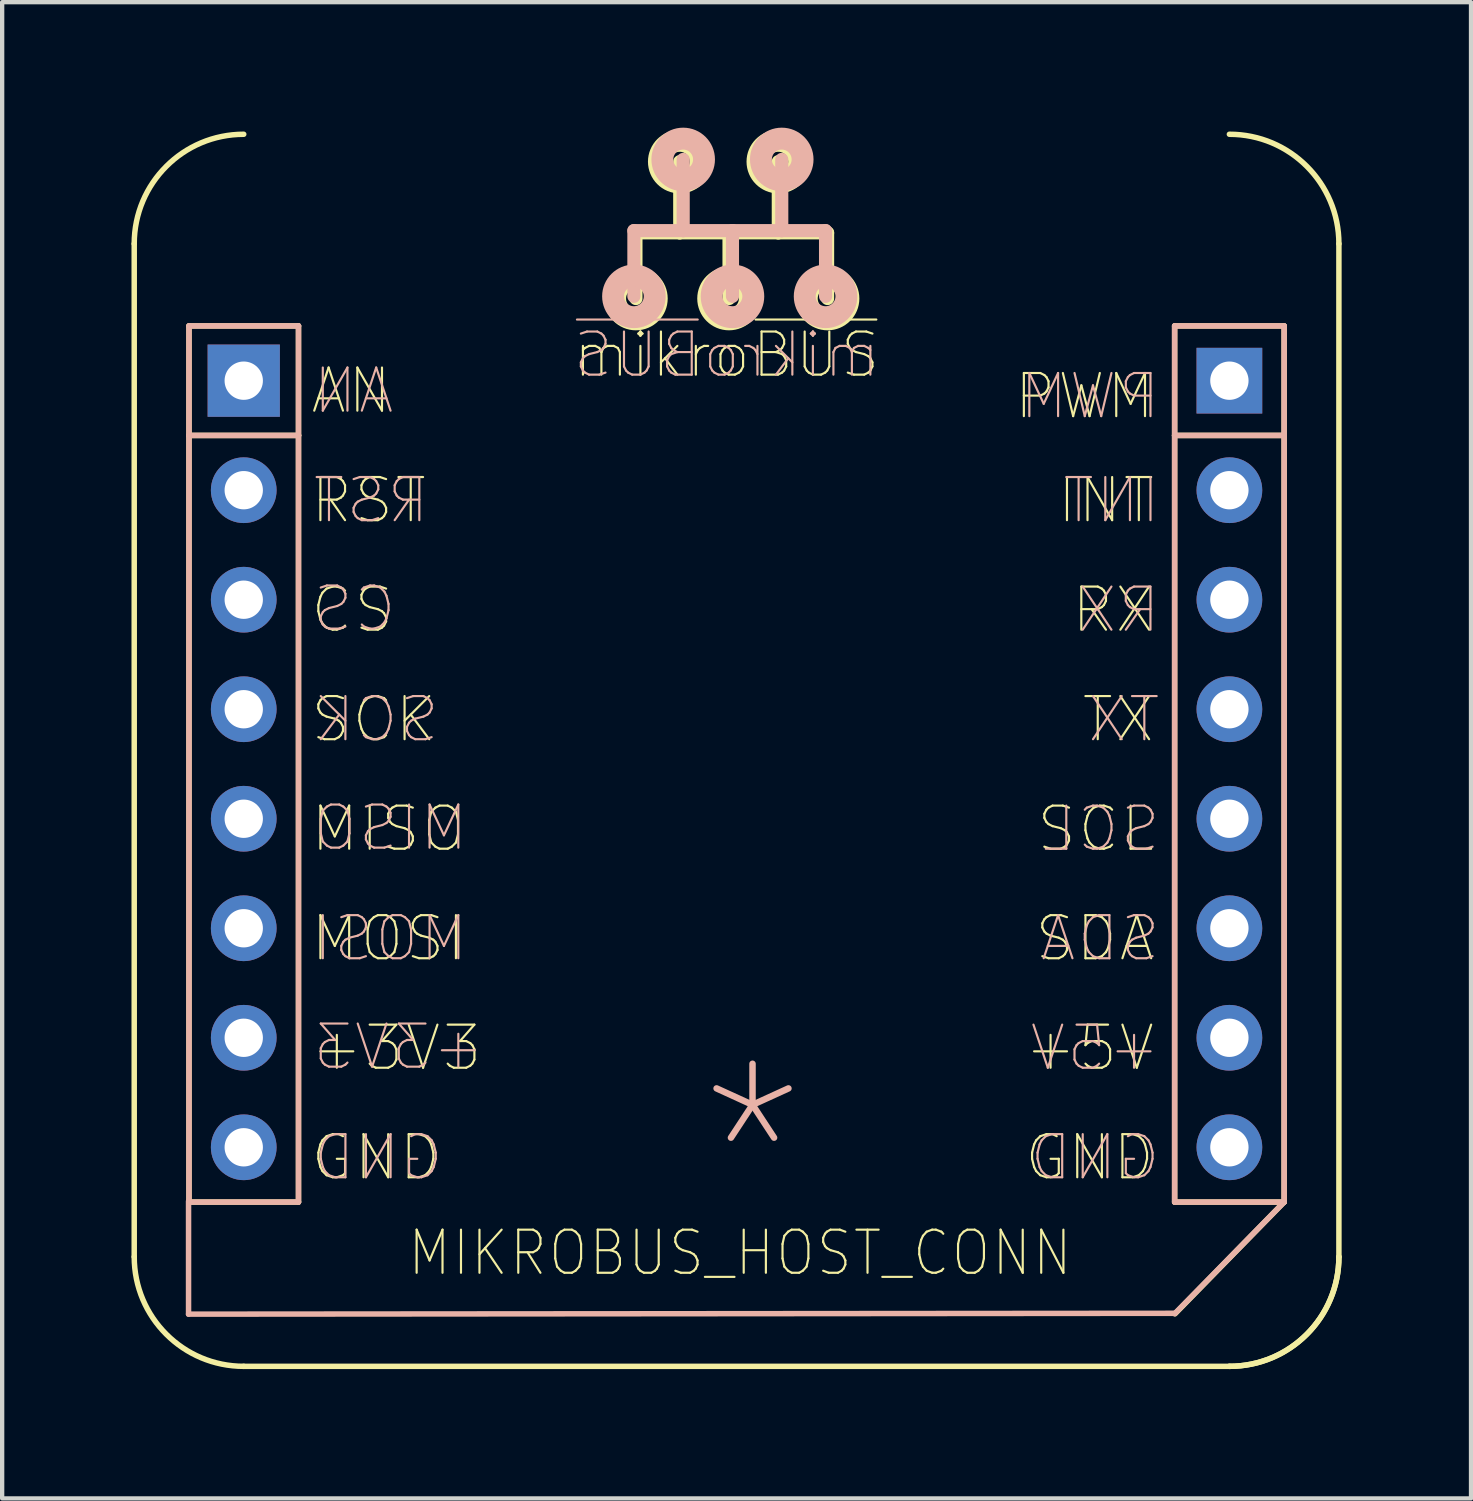
<source format=kicad_pcb>
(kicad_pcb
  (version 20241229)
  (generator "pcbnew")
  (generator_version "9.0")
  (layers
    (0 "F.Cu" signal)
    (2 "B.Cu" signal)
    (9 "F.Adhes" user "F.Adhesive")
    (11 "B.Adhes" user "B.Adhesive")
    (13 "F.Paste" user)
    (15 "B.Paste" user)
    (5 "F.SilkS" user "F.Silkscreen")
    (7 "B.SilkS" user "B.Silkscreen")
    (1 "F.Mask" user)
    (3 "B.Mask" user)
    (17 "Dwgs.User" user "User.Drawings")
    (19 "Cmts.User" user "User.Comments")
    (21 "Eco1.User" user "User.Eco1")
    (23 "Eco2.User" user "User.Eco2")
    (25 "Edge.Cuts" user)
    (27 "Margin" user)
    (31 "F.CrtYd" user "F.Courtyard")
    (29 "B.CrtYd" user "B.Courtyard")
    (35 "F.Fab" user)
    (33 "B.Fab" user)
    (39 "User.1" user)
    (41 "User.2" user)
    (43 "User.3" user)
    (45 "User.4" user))
  (footprint "MIKROBUS_HOST_CONN"
    (layer "F.Cu")
    (at 2.603 5.779)
    (property "Reference" "MIKROBUS_HOST_CONN" (at 11.51 20.23 0) (layer "F.SilkS") (effects (font (size 1 0.9) (thickness 0.05))))
    (attr through_hole)
    (fp_line (start -2.54 -3.175) (end -2.54 20.32) (stroke (width 0.127) (type solid)) (layer "F.SilkS"))
    (fp_line (start -1.27 -1.27) (end -1.27 1.27) (stroke (width 0.127) (type solid)) (layer "F.SilkS"))
    (fp_line (start -1.27 1.27) (end -1.27 19.05) (stroke (width 0.127) (type solid)) (layer "F.SilkS"))
    (fp_line (start -1.27 1.27) (end 1.27 1.27) (stroke (width 0.127) (type solid)) (layer "F.SilkS"))
    (fp_line (start -1.27 19.05) (end 1.27 19.05) (stroke (width 0.127) (type solid)) (layer "F.SilkS"))
    (fp_line (start 0 22.86) (end 22.86 22.86) (stroke (width 0.127) (type solid)) (layer "F.SilkS"))
    (fp_line (start 1.27 -1.27) (end -1.27 -1.27) (stroke (width 0.127) (type solid)) (layer "F.SilkS"))
    (fp_line (start 1.27 1.27) (end 1.27 -1.27) (stroke (width 0.127) (type solid)) (layer "F.SilkS"))
    (fp_line (start 1.27 19.05) (end 1.27 1.27) (stroke (width 0.127) (type solid)) (layer "F.SilkS"))
    (fp_line (start 9.096 -3.429) (end 9.096 -1.905) (stroke (width 0.305) (type solid)) (layer "F.SilkS"))
    (fp_line (start 9.096 -3.429) (end 10.112 -3.429) (stroke (width 0.305) (type solid)) (layer "F.SilkS"))
    (fp_line (start 10.112 -3.429) (end 10.112 -5.08) (stroke (width 0.305) (type solid)) (layer "F.SilkS"))
    (fp_line (start 10.112 -3.429) (end 11.255 -3.429) (stroke (width 0.305) (type solid)) (layer "F.SilkS"))
    (fp_line (start 11.255 -3.429) (end 11.255 -1.905) (stroke (width 0.305) (type solid)) (layer "F.SilkS"))
    (fp_line (start 11.255 -3.429) (end 12.398 -3.429) (stroke (width 0.305) (type solid)) (layer "F.SilkS"))
    (fp_line (start 12.398 -3.429) (end 12.398 -5.08) (stroke (width 0.305) (type solid)) (layer "F.SilkS"))
    (fp_line (start 12.398 -3.429) (end 13.541 -3.429) (stroke (width 0.305) (type solid)) (layer "F.SilkS"))
    (fp_line (start 13.541 -3.429) (end 13.541 -1.905) (stroke (width 0.305) (type solid)) (layer "F.SilkS"))
    (fp_line (start 21.59 -1.27) (end 21.59 1.27) (stroke (width 0.127) (type solid)) (layer "F.SilkS"))
    (fp_line (start 21.59 -1.27) (end 24.13 -1.27) (stroke (width 0.127) (type solid)) (layer "F.SilkS"))
    (fp_line (start 21.59 1.27) (end 21.59 19.05) (stroke (width 0.127) (type solid)) (layer "F.SilkS"))
    (fp_line (start 21.59 1.27) (end 24.13 1.27) (stroke (width 0.127) (type solid)) (layer "F.SilkS"))
    (fp_line (start 21.59 19.05) (end 24.13 19.05) (stroke (width 0.127) (type solid)) (layer "F.SilkS"))
    (fp_line (start 24.13 -1.27) (end 24.13 19.05) (stroke (width 0.127) (type solid)) (layer "F.SilkS"))
    (fp_line (start 24.13 19.05) (end 21.6 21.64) (stroke (width 0.127) (type solid)) (layer "F.SilkS"))
    (fp_line (start 25.4 -3.175) (end 25.4 20.32) (stroke (width 0.127) (type solid)) (layer "F.SilkS"))
    (fp_arc (start -2.54 -3.175) (mid -1.796051 -4.971051) (end 0 -5.715) (stroke (width 0.127) (type solid)) (layer "F.SilkS"))
    (fp_arc (start 0 22.86) (mid -1.796051 22.116051) (end -2.54 20.32) (stroke (width 0.127) (type solid)) (layer "F.SilkS"))
    (fp_arc (start 22.86 -5.715) (mid 24.656051 -4.971051) (end 25.4 -3.175) (stroke (width 0.127) (type solid)) (layer "F.SilkS"))
    (fp_arc (start 25.4 20.32) (mid 24.656051 22.116051) (end 22.86 22.86) (stroke (width 0.127) (type solid)) (layer "F.SilkS"))
    (fp_arc (start 25.4 20.32) (mid 24.656051 22.116051) (end 22.86 22.86) (stroke (width 0.127) (type solid)) (layer "F.SilkS"))
    (fp_circle (center 9.096 -1.905) (end 9.325 -1.905) (stroke (width 0.508) (type solid)) (fill no) (layer "F.SilkS"))
    (fp_circle (center 10.112 -5.08) (end 10.341 -5.08) (stroke (width 0.508) (type solid)) (fill no) (layer "F.SilkS"))
    (fp_circle (center 11.255 -1.905) (end 11.484 -1.905) (stroke (width 0.508) (type solid)) (fill no) (layer "F.SilkS"))
    (fp_circle (center 12.398 -5.08) (end 12.627 -5.08) (stroke (width 0.508) (type solid)) (fill no) (layer "F.SilkS"))
    (fp_circle (center 13.541 -1.905) (end 13.77 -1.905) (stroke (width 0.508) (type solid)) (fill no) (layer "F.SilkS"))
    (fp_line (start -1.28 19.03) (end -1.28 21.65) (stroke (width 0.127) (type solid)) (layer "B.SilkS"))
    (fp_line (start -1.28 21.65) (end 21.59 21.63) (stroke (width 0.127) (type solid)) (layer "B.SilkS"))
    (fp_line (start -1.27 -1.27) (end -1.27 1.27) (stroke (width 0.127) (type solid)) (layer "B.SilkS"))
    (fp_line (start -1.27 1.27) (end -1.27 19.05) (stroke (width 0.127) (type solid)) (layer "B.SilkS"))
    (fp_line (start -1.27 1.27) (end 1.27 1.27) (stroke (width 0.127) (type solid)) (layer "B.SilkS"))
    (fp_line (start -1.27 19.05) (end 1.27 19.05) (stroke (width 0.127) (type solid)) (layer "B.SilkS"))
    (fp_line (start 1.27 -1.27) (end -1.27 -1.27) (stroke (width 0.127) (type solid)) (layer "B.SilkS"))
    (fp_line (start 1.27 1.27) (end 1.27 -1.27) (stroke (width 0.127) (type solid)) (layer "B.SilkS"))
    (fp_line (start 1.27 19.05) (end 1.27 1.27) (stroke (width 0.127) (type solid)) (layer "B.SilkS"))
    (fp_line (start 9.049 -3.48) (end 9.049 -1.956) (stroke (width 0.305) (type solid)) (layer "B.SilkS"))
    (fp_line (start 10.192 -3.48) (end 9.049 -3.48) (stroke (width 0.305) (type solid)) (layer "B.SilkS"))
    (fp_line (start 10.192 -3.48) (end 10.192 -5.131) (stroke (width 0.305) (type solid)) (layer "B.SilkS"))
    (fp_line (start 11.335 -3.48) (end 10.192 -3.48) (stroke (width 0.305) (type solid)) (layer "B.SilkS"))
    (fp_line (start 11.335 -3.48) (end 11.335 -1.956) (stroke (width 0.305) (type solid)) (layer "B.SilkS"))
    (fp_line (start 12.478 -3.48) (end 11.335 -3.48) (stroke (width 0.305) (type solid)) (layer "B.SilkS"))
    (fp_line (start 12.478 -3.48) (end 12.478 -5.131) (stroke (width 0.305) (type solid)) (layer "B.SilkS"))
    (fp_line (start 13.494 -3.48) (end 12.478 -3.48) (stroke (width 0.305) (type solid)) (layer "B.SilkS"))
    (fp_line (start 13.494 -3.48) (end 13.494 -1.956) (stroke (width 0.305) (type solid)) (layer "B.SilkS"))
    (fp_line (start 21.59 -1.27) (end 21.59 1.27) (stroke (width 0.127) (type solid)) (layer "B.SilkS"))
    (fp_line (start 21.59 -1.27) (end 24.13 -1.27) (stroke (width 0.127) (type solid)) (layer "B.SilkS"))
    (fp_line (start 21.59 1.27) (end 21.59 19.05) (stroke (width 0.127) (type solid)) (layer "B.SilkS"))
    (fp_line (start 21.59 1.27) (end 24.13 1.27) (stroke (width 0.127) (type solid)) (layer "B.SilkS"))
    (fp_line (start 21.59 19.05) (end 24.13 19.05) (stroke (width 0.127) (type solid)) (layer "B.SilkS"))
    (fp_line (start 24.13 -1.27) (end 24.13 19.05) (stroke (width 0.127) (type solid)) (layer "B.SilkS"))
    (fp_line (start 24.13 19.05) (end 21.59 21.64) (stroke (width 0.127) (type solid)) (layer "B.SilkS"))
    (fp_circle (center 9.049 -1.956) (end 9.278 -1.956) (stroke (width 0.508) (type solid)) (fill no) (layer "B.SilkS"))
    (fp_circle (center 10.192 -5.131) (end 10.421 -5.131) (stroke (width 0.508) (type solid)) (fill no) (layer "B.SilkS"))
    (fp_circle (center 11.335 -1.956) (end 11.564 -1.956) (stroke (width 0.508) (type solid)) (fill no) (layer "B.SilkS"))
    (fp_circle (center 12.478 -5.131) (end 12.707 -5.131) (stroke (width 0.508) (type solid)) (fill no) (layer "B.SilkS"))
    (fp_circle (center 13.494 -1.956) (end 13.723 -1.956) (stroke (width 0.508) (type solid)) (fill no) (layer "B.SilkS"))
    (fp_text user "MOSI" (at 3.35 12.935 0) (layer "F.SilkS") (effects (font (size 1 1) (thickness 0.05))))
    (fp_text user "+3V3" (at 3.54 15.475 0) (layer "F.SilkS") (effects (font (size 1 1) (thickness 0.05))))
    (fp_text user "SCK" (at 3.016 7.855 0) (layer "F.SilkS") (effects (font (size 1 1) (thickness 0.05))))
    (fp_text user "PWM" (at 19.498 0.362 0) (layer "F.SilkS") (effects (font (size 1 1) (thickness 0.05))))
    (fp_text user "SDA" (at 19.736 12.935 0) (layer "F.SilkS") (effects (font (size 1 1) (thickness 0.05))))
    (fp_text user "RX" (at 20.164 5.315 0) (layer "F.SilkS") (effects (font (size 1 1) (thickness 0.05))))
    (fp_text user "TX" (at 20.283 7.855 0) (layer "F.SilkS") (effects (font (size 1 1) (thickness 0.05))))
    (fp_text user "SCL" (at 19.759 10.395 0) (layer "F.SilkS") (effects (font (size 1 1) (thickness 0.05))))
    (fp_text user "AN" (at 2.492 0.235 0) (layer "F.SilkS") (effects (font (size 1 1) (thickness 0.05))))
    (fp_text user "GND" (at 19.617 18.015 0) (layer "F.SilkS") (effects (font (size 1 1) (thickness 0.05))))
    (fp_text user "RST" (at 2.897 2.775 0) (layer "F.SilkS") (effects (font (size 1 1) (thickness 0.05))))
    (fp_text user "INT" (at 19.998 2.775 0) (layer "F.SilkS") (effects (font (size 1 1) (thickness 0.05))))
    (fp_text user "GND" (at 3.064 18.015 0) (layer "F.SilkS") (effects (font (size 1 1) (thickness 0.05))))
    (fp_text user "+5V" (at 19.617 15.475 0) (layer "F.SilkS") (effects (font (size 1 1) (thickness 0.05))))
    (fp_text user "CS" (at 2.516 5.315 0) (layer "F.SilkS") (effects (font (size 1 1) (thickness 0.05))))
    (fp_text user "mikro~{BUS}" (at 11.2 -0.6 0) (layer "F.SilkS") (effects (font (size 1 1) (thickness 0.05))))
    (fp_text user "MISO" (at 3.35 10.395 0) (layer "F.SilkS") (effects (font (size 1 1) (thickness 0.05))))
    (fp_text user "AN" (at 2.548 0.235 0) (layer "B.SilkS") (effects (font (size 1 1) (thickness 0.05)) (justify mirror)))
    (fp_text user "*" (at 11.8 18 0) (layer "B.SilkS") (effects (font (size 4 3.5) (thickness 0.15)) (justify mirror)))
    (fp_text user "SDA" (at 19.863 12.935 0) (layer "B.SilkS") (effects (font (size 1 1) (thickness 0.05)) (justify mirror)))
    (fp_text user "GND" (at 19.744 18.015 0) (layer "B.SilkS") (effects (font (size 1 1) (thickness 0.05)) (justify mirror)))
    (fp_text user "MOSI" (at 3.405 12.935 0) (layer "B.SilkS") (effects (font (size 1 1) (thickness 0.05)) (justify mirror)))
    (fp_text user "TX" (at 20.411 7.855 0) (layer "B.SilkS") (effects (font (size 1 1) (thickness 0.05)) (justify mirror)))
    (fp_text user "MISO" (at 3.405 10.37 0) (layer "B.SilkS") (effects (font (size 1 1) (thickness 0.05)) (justify mirror)))
    (fp_text user "RST" (at 2.953 2.775 0) (layer "B.SilkS") (effects (font (size 1 1) (thickness 0.05)) (justify mirror)))
    (fp_text user "CS" (at 2.572 5.29 0) (layer "B.SilkS") (effects (font (size 1 1) (thickness 0.05)) (justify mirror)))
    (fp_text user "PWM" (at 19.625 0.362 0) (layer "B.SilkS") (effects (font (size 1 1) (thickness 0.05)) (justify mirror)))
    (fp_text user "+3V3" (at 3.596 15.45 0) (layer "B.SilkS") (effects (font (size 1 1) (thickness 0.05)) (justify mirror)))
    (fp_text user "SCK" (at 3.072 7.855 0) (layer "B.SilkS") (effects (font (size 1 1) (thickness 0.05)) (justify mirror)))
    (fp_text user "mikro~{BUS}" (at 11.2 -0.6 0) (layer "B.SilkS") (effects (font (size 1 1) (thickness 0.05)) (justify mirror)))
    (fp_text user "+5V" (at 19.744 15.475 0) (layer "B.SilkS") (effects (font (size 1 1) (thickness 0.05)) (justify mirror)))
    (fp_text user "RX" (at 20.291 5.315 0) (layer "B.SilkS") (effects (font (size 1 1) (thickness 0.05)) (justify mirror)))
    (fp_text user "INT" (at 20.125 2.775 0) (layer "B.SilkS") (effects (font (size 1 1) (thickness 0.05)) (justify mirror)))
    (fp_text user "GND" (at 3.12 18.015 0) (layer "B.SilkS") (effects (font (size 1 1) (thickness 0.05)) (justify mirror)))
    (fp_text user "SCL" (at 19.887 10.395 0) (layer "B.SilkS") (effects (font (size 1 1) (thickness 0.05)) (justify mirror)))
    (pad "P1" thru_hole rect (at 0 0) (size 1.676 1.676) (drill 0.889) (layers "*.Cu" "*.Mask"))
    (pad "P2" thru_hole circle (at 0 2.54) (size 1.524 1.524) (drill 0.889) (layers "*.Cu" "*.Mask"))
    (pad "P3" thru_hole circle (at 0 5.08) (size 1.524 1.524) (drill 0.889) (layers "*.Cu" "*.Mask"))
    (pad "P4" thru_hole circle (at 0 7.62) (size 1.524 1.524) (drill 0.889) (layers "*.Cu" "*.Mask"))
    (pad "P5" thru_hole circle (at 0 10.16) (size 1.524 1.524) (drill 0.889) (layers "*.Cu" "*.Mask"))
    (pad "P6" thru_hole circle (at 0 12.7) (size 1.524 1.524) (drill 0.889) (layers "*.Cu" "*.Mask"))
    (pad "P7" thru_hole circle (at 0 15.24) (size 1.524 1.524) (drill 0.889) (layers "*.Cu" "*.Mask"))
    (pad "P8" thru_hole circle (at 0 17.78) (size 1.524 1.524) (drill 0.889) (layers "*.Cu" "*.Mask"))
    (pad "P9" thru_hole circle (at 22.86 17.78) (size 1.524 1.524) (drill 0.889) (layers "*.Cu" "*.Mask"))
    (pad "P10" thru_hole circle (at 22.86 15.24) (size 1.524 1.524) (drill 0.889) (layers "*.Cu" "*.Mask"))
    (pad "P11" thru_hole circle (at 22.86 12.7) (size 1.524 1.524) (drill 0.889) (layers "*.Cu" "*.Mask"))
    (pad "P12" thru_hole circle (at 22.86 10.16) (size 1.524 1.524) (drill 0.889) (layers "*.Cu" "*.Mask"))
    (pad "P13" thru_hole circle (at 22.86 7.62) (size 1.524 1.524) (drill 0.889) (layers "*.Cu" "*.Mask"))
    (pad "P14" thru_hole circle (at 22.86 5.08) (size 1.524 1.524) (drill 0.889) (layers "*.Cu" "*.Mask"))
    (pad "P15" thru_hole circle (at 22.86 2.54) (size 1.524 1.524) (drill 0.889) (layers "*.Cu" "*.Mask"))
    (pad "P16" thru_hole rect (at 22.86 0) (size 1.524 1.524) (drill 0.889) (layers "*.Cu" "*.Mask")))
  (gr_rect
    (start -3 -3)
    (end 31.067 31.702)
    (stroke (width 0.1) (type default))
    (fill no)
    (layer "Edge.Cuts")))
</source>
